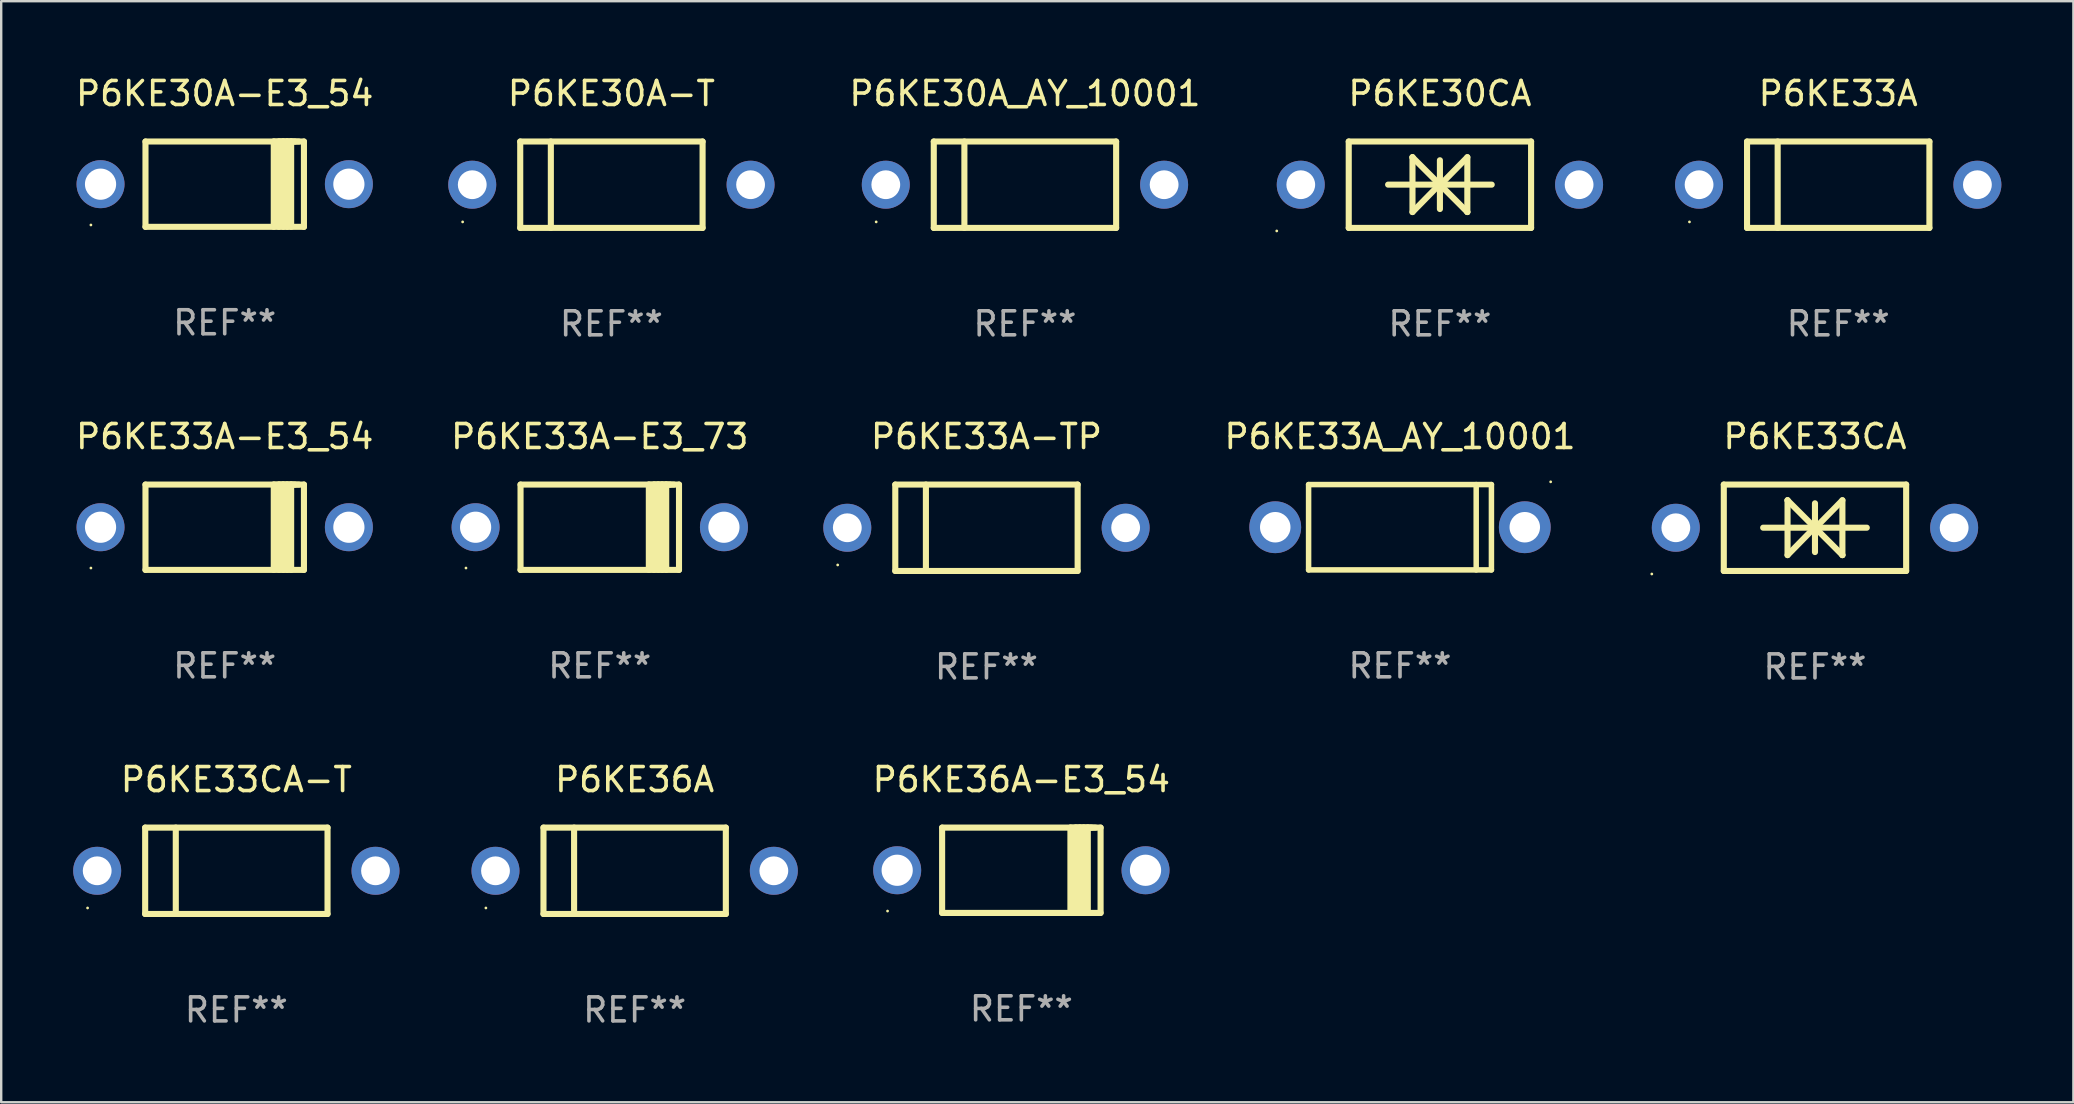
<source format=kicad_pcb>
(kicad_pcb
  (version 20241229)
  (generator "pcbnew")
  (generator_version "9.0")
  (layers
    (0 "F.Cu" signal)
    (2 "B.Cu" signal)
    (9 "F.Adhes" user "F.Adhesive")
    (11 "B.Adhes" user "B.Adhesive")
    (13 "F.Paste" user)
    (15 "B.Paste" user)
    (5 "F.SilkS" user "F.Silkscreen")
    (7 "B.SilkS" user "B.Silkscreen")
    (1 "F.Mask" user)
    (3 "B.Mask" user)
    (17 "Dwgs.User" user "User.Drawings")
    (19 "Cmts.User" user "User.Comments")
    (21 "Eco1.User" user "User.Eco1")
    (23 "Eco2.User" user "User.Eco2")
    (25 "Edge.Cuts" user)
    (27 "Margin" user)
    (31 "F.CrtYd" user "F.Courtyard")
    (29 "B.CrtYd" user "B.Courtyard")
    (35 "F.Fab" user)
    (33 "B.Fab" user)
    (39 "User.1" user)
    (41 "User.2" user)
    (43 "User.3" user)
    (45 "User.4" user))
  (footprint "P6KE30A-E3_54"
    (layer "F.Cu")
    (at 6.315 4.626)
    (property "Reference" "P6KE30A-E3_54" (at 0 -3.778 0) (layer "F.SilkS") (effects (font (size 1 1) (thickness 0.15))))
    (attr through_hole)
    (fp_line (start -3.302 -1.778) (end -3.302 1.778) (stroke (width 0.254) (type solid)) (layer "F.SilkS"))
    (fp_line (start -3.302 1.778) (end 3.302 1.778) (stroke (width 0.254) (type solid)) (layer "F.SilkS"))
    (fp_line (start 2.045 -1.778) (end 2.045 1.778) (stroke (width 0.254) (type solid)) (layer "F.SilkS"))
    (fp_line (start 2.261 -1.778) (end 2.261 1.778) (stroke (width 0.254) (type solid)) (layer "F.SilkS"))
    (fp_line (start 2.421 -1.778) (end 2.045 -1.778) (stroke (width 0.254) (type solid)) (layer "F.SilkS"))
    (fp_line (start 2.439 -1.778) (end 2.439 1.778) (stroke (width 0.254) (type solid)) (layer "F.SilkS"))
    (fp_line (start 2.579 -1.778) (end 2.261 -1.778) (stroke (width 0.254) (type solid)) (layer "F.SilkS"))
    (fp_line (start 2.604 -1.778) (end 2.604 1.778) (stroke (width 0.254) (type solid)) (layer "F.SilkS"))
    (fp_line (start 2.757 -1.778) (end 2.439 -1.778) (stroke (width 0.254) (type solid)) (layer "F.SilkS"))
    (fp_line (start 2.769 -1.778) (end 2.769 1.778) (stroke (width 0.254) (type solid)) (layer "F.SilkS"))
    (fp_line (start 2.922 -1.778) (end 2.604 -1.778) (stroke (width 0.254) (type solid)) (layer "F.SilkS"))
    (fp_line (start 3.087 -1.778) (end 2.769 -1.778) (stroke (width 0.254) (type solid)) (layer "F.SilkS"))
    (fp_line (start 3.302 -1.778) (end -3.302 -1.778) (stroke (width 0.254) (type solid)) (layer "F.SilkS"))
    (fp_line (start 3.302 1.778) (end 3.302 -1.778) (stroke (width 0.254) (type solid)) (layer "F.SilkS"))
    (fp_circle (center -5.576 1.7) (end -5.546 1.7) (stroke (width 0.06) (type solid)) (fill no) (layer "F.SilkS"))
    (fp_text user "REF**" (at 0 5.778 0) (layer "F.Fab") (effects (font (size 1 1) (thickness 0.15))))
    (pad "1" thru_hole circle (at -5.175 0) (size 2 2) (drill 1.3) (layers "*.Cu" "*.Mask"))
    (pad "2" thru_hole circle (at 5.175 0) (size 2 2) (drill 1.3) (layers "*.Cu" "*.Mask")))
  (footprint "P6KE33A_AY_10001"
    (layer "F.Cu")
    (at 55.297 18.923)
    (property "Reference" "P6KE33A_AY_10001" (at 0 -3.778 0) (layer "F.SilkS") (effects (font (size 1 1) (thickness 0.15))))
    (attr through_hole)
    (fp_line (start -3.81 -1.778) (end 3.81 -1.778) (stroke (width 0.229) (type solid)) (layer "F.SilkS"))
    (fp_line (start -3.81 1.778) (end -3.81 -1.778) (stroke (width 0.229) (type solid)) (layer "F.SilkS"))
    (fp_line (start 3.175 -1.778) (end 3.175 1.778) (stroke (width 0.229) (type solid)) (layer "F.SilkS"))
    (fp_line (start 3.81 -1.778) (end 3.81 1.778) (stroke (width 0.229) (type solid)) (layer "F.SilkS"))
    (fp_line (start 3.81 1.778) (end -3.81 1.778) (stroke (width 0.229) (type solid)) (layer "F.SilkS"))
    (fp_circle (center 6.279 -1.892) (end 6.309 -1.892) (stroke (width 0.06) (type solid)) (fill no) (layer "F.SilkS"))
    (fp_text user "REF**" (at 0 5.778 0) (layer "F.Fab") (effects (font (size 1 1) (thickness 0.15))))
    (pad "1" thru_hole circle (at 5.2 0) (size 2.159 2.159) (drill 1.27) (layers "*.Cu" "*.Mask"))
    (pad "2" thru_hole circle (at -5.2 0) (size 2.159 2.159) (drill 1.27) (layers "*.Cu" "*.Mask")))
  (footprint "P6KE33CA"
    (layer "F.Cu")
    (at 72.591 18.945)
    (property "Reference" "P6KE33CA" (at 0 -3.8 0) (layer "F.SilkS") (effects (font (size 1 1) (thickness 0.15))))
    (attr through_hole)
    (fp_line (start -3.8 -1.8) (end -3.8 1.8) (stroke (width 0.254) (type solid)) (layer "F.SilkS"))
    (fp_line (start -3.8 -1.8) (end 3.8 -1.8) (stroke (width 0.254) (type solid)) (layer "F.SilkS"))
    (fp_line (start -3.8 1.8) (end 3.8 1.8) (stroke (width 0.254) (type solid)) (layer "F.SilkS"))
    (fp_line (start -2.159 -0.003) (end 2.159 -0.003) (stroke (width 0.254) (type solid)) (layer "F.SilkS"))
    (fp_line (start -1.143 -1.146) (end -1.143 1.14) (stroke (width 0.254) (type solid)) (layer "F.SilkS"))
    (fp_line (start -1.143 -1.143) (end -1.143 -1.146) (stroke (width 0.254) (type solid)) (layer "F.SilkS"))
    (fp_line (start 0 -1.019) (end 0 1.013) (stroke (width 0.254) (type solid)) (layer "F.SilkS"))
    (fp_line (start 0 -0.026) (end -1.143 1.14) (stroke (width 0.254) (type solid)) (layer "F.SilkS"))
    (fp_line (start 0 -0.006) (end 1.143 1.137) (stroke (width 0.254) (type solid)) (layer "F.SilkS"))
    (fp_line (start 0 0) (end -1.143 -1.143) (stroke (width 0.254) (type solid)) (layer "F.SilkS"))
    (fp_line (start 0 0.02) (end 1.143 -1.146) (stroke (width 0.254) (type solid)) (layer "F.SilkS"))
    (fp_line (start 1.143 1.137) (end 1.143 1.14) (stroke (width 0.254) (type solid)) (layer "F.SilkS"))
    (fp_line (start 1.143 1.14) (end 1.143 -1.146) (stroke (width 0.254) (type solid)) (layer "F.SilkS"))
    (fp_line (start 3.8 -1.8) (end 3.8 1.8) (stroke (width 0.254) (type solid)) (layer "F.SilkS"))
    (fp_circle (center -6.8 1.927) (end -6.77 1.927) (stroke (width 0.06) (type solid)) (fill no) (layer "F.SilkS"))
    (fp_text user "REF**" (at 0 5.8 0) (layer "F.Fab") (effects (font (size 1 1) (thickness 0.15))))
    (pad "1" thru_hole circle (at -5.8 0) (size 2 2) (drill 1.2) (layers "*.Cu" "*.Mask"))
    (pad "2" thru_hole circle (at 5.8 0) (size 2 2) (drill 1.2) (layers "*.Cu" "*.Mask")))
  (footprint "P6KE33CA-T"
    (layer "F.Cu")
    (at 6.8 33.241)
    (property "Reference" "P6KE33CA-T" (at 0 -3.8 0) (layer "F.SilkS") (effects (font (size 1 1) (thickness 0.15))))
    (attr through_hole)
    (fp_line (start -3.8 -1.8) (end -3.8 1.8) (stroke (width 0.254) (type solid)) (layer "F.SilkS"))
    (fp_line (start -3.8 -1.8) (end 3.8 -1.8) (stroke (width 0.254) (type solid)) (layer "F.SilkS"))
    (fp_line (start -3.8 1.8) (end 3.8 1.8) (stroke (width 0.254) (type solid)) (layer "F.SilkS"))
    (fp_line (start -2.524 -1.8) (end -2.524 1.8) (stroke (width 0.254) (type solid)) (layer "F.SilkS"))
    (fp_line (start 3.8 -1.8) (end 3.8 1.8) (stroke (width 0.254) (type solid)) (layer "F.SilkS"))
    (fp_circle (center -6.2 1.55) (end -6.17 1.55) (stroke (width 0.06) (type solid)) (fill no) (layer "F.SilkS"))
    (fp_text user "REF**" (at 0 5.8 0) (layer "F.Fab") (effects (font (size 1 1) (thickness 0.15))))
    (pad "1" thru_hole circle (at -5.8 0) (size 2 2) (drill 1.2) (layers "*.Cu" "*.Mask"))
    (pad "2" thru_hole circle (at 5.8 0) (size 2 2) (drill 1.2) (layers "*.Cu" "*.Mask")))
  (footprint "P6KE30CA"
    (layer "F.Cu")
    (at 56.96 4.648)
    (property "Reference" "P6KE30CA" (at 0 -3.8 0) (layer "F.SilkS") (effects (font (size 1 1) (thickness 0.15))))
    (attr through_hole)
    (fp_line (start -3.8 -1.8) (end -3.8 1.8) (stroke (width 0.254) (type solid)) (layer "F.SilkS"))
    (fp_line (start -3.8 -1.8) (end 3.8 -1.8) (stroke (width 0.254) (type solid)) (layer "F.SilkS"))
    (fp_line (start -3.8 1.8) (end 3.8 1.8) (stroke (width 0.254) (type solid)) (layer "F.SilkS"))
    (fp_line (start -2.159 -0.003) (end 2.159 -0.003) (stroke (width 0.254) (type solid)) (layer "F.SilkS"))
    (fp_line (start -1.143 -1.146) (end -1.143 1.14) (stroke (width 0.254) (type solid)) (layer "F.SilkS"))
    (fp_line (start -1.143 -1.143) (end -1.143 -1.146) (stroke (width 0.254) (type solid)) (layer "F.SilkS"))
    (fp_line (start 0 -1.019) (end 0 1.013) (stroke (width 0.254) (type solid)) (layer "F.SilkS"))
    (fp_line (start 0 -0.026) (end -1.143 1.14) (stroke (width 0.254) (type solid)) (layer "F.SilkS"))
    (fp_line (start 0 -0.006) (end 1.143 1.137) (stroke (width 0.254) (type solid)) (layer "F.SilkS"))
    (fp_line (start 0 0) (end -1.143 -1.143) (stroke (width 0.254) (type solid)) (layer "F.SilkS"))
    (fp_line (start 0 0.02) (end 1.143 -1.146) (stroke (width 0.254) (type solid)) (layer "F.SilkS"))
    (fp_line (start 1.143 1.137) (end 1.143 1.14) (stroke (width 0.254) (type solid)) (layer "F.SilkS"))
    (fp_line (start 1.143 1.14) (end 1.143 -1.146) (stroke (width 0.254) (type solid)) (layer "F.SilkS"))
    (fp_line (start 3.8 -1.8) (end 3.8 1.8) (stroke (width 0.254) (type solid)) (layer "F.SilkS"))
    (fp_circle (center -6.8 1.927) (end -6.77 1.927) (stroke (width 0.06) (type solid)) (fill no) (layer "F.SilkS"))
    (fp_text user "REF**" (at 0 5.8 0) (layer "F.Fab") (effects (font (size 1 1) (thickness 0.15))))
    (pad "1" thru_hole circle (at -5.8 0) (size 2 2) (drill 1.2) (layers "*.Cu" "*.Mask"))
    (pad "2" thru_hole circle (at 5.8 0) (size 2 2) (drill 1.2) (layers "*.Cu" "*.Mask")))
  (footprint "P6KE33A-E3_73"
    (layer "F.Cu")
    (at 21.946 18.923)
    (property "Reference" "P6KE33A-E3_73" (at 0 -3.778 0) (layer "F.SilkS") (effects (font (size 1 1) (thickness 0.15))))
    (attr through_hole)
    (fp_line (start -3.302 -1.778) (end -3.302 1.778) (stroke (width 0.254) (type solid)) (layer "F.SilkS"))
    (fp_line (start -3.302 1.778) (end 3.302 1.778) (stroke (width 0.254) (type solid)) (layer "F.SilkS"))
    (fp_line (start 2.045 -1.778) (end 2.045 1.778) (stroke (width 0.254) (type solid)) (layer "F.SilkS"))
    (fp_line (start 2.261 -1.778) (end 2.261 1.778) (stroke (width 0.254) (type solid)) (layer "F.SilkS"))
    (fp_line (start 2.421 -1.778) (end 2.045 -1.778) (stroke (width 0.254) (type solid)) (layer "F.SilkS"))
    (fp_line (start 2.439 -1.778) (end 2.439 1.778) (stroke (width 0.254) (type solid)) (layer "F.SilkS"))
    (fp_line (start 2.579 -1.778) (end 2.261 -1.778) (stroke (width 0.254) (type solid)) (layer "F.SilkS"))
    (fp_line (start 2.604 -1.778) (end 2.604 1.778) (stroke (width 0.254) (type solid)) (layer "F.SilkS"))
    (fp_line (start 2.757 -1.778) (end 2.439 -1.778) (stroke (width 0.254) (type solid)) (layer "F.SilkS"))
    (fp_line (start 2.769 -1.778) (end 2.769 1.778) (stroke (width 0.254) (type solid)) (layer "F.SilkS"))
    (fp_line (start 2.922 -1.778) (end 2.604 -1.778) (stroke (width 0.254) (type solid)) (layer "F.SilkS"))
    (fp_line (start 3.087 -1.778) (end 2.769 -1.778) (stroke (width 0.254) (type solid)) (layer "F.SilkS"))
    (fp_line (start 3.302 -1.778) (end -3.302 -1.778) (stroke (width 0.254) (type solid)) (layer "F.SilkS"))
    (fp_line (start 3.302 1.778) (end 3.302 -1.778) (stroke (width 0.254) (type solid)) (layer "F.SilkS"))
    (fp_circle (center -5.576 1.7) (end -5.546 1.7) (stroke (width 0.06) (type solid)) (fill no) (layer "F.SilkS"))
    (fp_text user "REF**" (at 0 5.778 0) (layer "F.Fab") (effects (font (size 1 1) (thickness 0.15))))
    (pad "1" thru_hole circle (at -5.175 0) (size 2 2) (drill 1.3) (layers "*.Cu" "*.Mask"))
    (pad "2" thru_hole circle (at 5.175 0) (size 2 2) (drill 1.3) (layers "*.Cu" "*.Mask")))
  (footprint "P6KE36A-E3_54"
    (layer "F.Cu")
    (at 39.516 33.219)
    (property "Reference" "P6KE36A-E3_54" (at 0 -3.778 0) (layer "F.SilkS") (effects (font (size 1 1) (thickness 0.15))))
    (attr through_hole)
    (fp_line (start -3.302 -1.778) (end -3.302 1.778) (stroke (width 0.254) (type solid)) (layer "F.SilkS"))
    (fp_line (start -3.302 1.778) (end 3.302 1.778) (stroke (width 0.254) (type solid)) (layer "F.SilkS"))
    (fp_line (start 2.045 -1.778) (end 2.045 1.778) (stroke (width 0.254) (type solid)) (layer "F.SilkS"))
    (fp_line (start 2.261 -1.778) (end 2.261 1.778) (stroke (width 0.254) (type solid)) (layer "F.SilkS"))
    (fp_line (start 2.421 -1.778) (end 2.045 -1.778) (stroke (width 0.254) (type solid)) (layer "F.SilkS"))
    (fp_line (start 2.439 -1.778) (end 2.439 1.778) (stroke (width 0.254) (type solid)) (layer "F.SilkS"))
    (fp_line (start 2.579 -1.778) (end 2.261 -1.778) (stroke (width 0.254) (type solid)) (layer "F.SilkS"))
    (fp_line (start 2.604 -1.778) (end 2.604 1.778) (stroke (width 0.254) (type solid)) (layer "F.SilkS"))
    (fp_line (start 2.757 -1.778) (end 2.439 -1.778) (stroke (width 0.254) (type solid)) (layer "F.SilkS"))
    (fp_line (start 2.769 -1.778) (end 2.769 1.778) (stroke (width 0.254) (type solid)) (layer "F.SilkS"))
    (fp_line (start 2.922 -1.778) (end 2.604 -1.778) (stroke (width 0.254) (type solid)) (layer "F.SilkS"))
    (fp_line (start 3.087 -1.778) (end 2.769 -1.778) (stroke (width 0.254) (type solid)) (layer "F.SilkS"))
    (fp_line (start 3.302 -1.778) (end -3.302 -1.778) (stroke (width 0.254) (type solid)) (layer "F.SilkS"))
    (fp_line (start 3.302 1.778) (end 3.302 -1.778) (stroke (width 0.254) (type solid)) (layer "F.SilkS"))
    (fp_circle (center -5.576 1.7) (end -5.546 1.7) (stroke (width 0.06) (type solid)) (fill no) (layer "F.SilkS"))
    (fp_text user "REF**" (at 0 5.778 0) (layer "F.Fab") (effects (font (size 1 1) (thickness 0.15))))
    (pad "1" thru_hole circle (at -5.175 0) (size 2 2) (drill 1.3) (layers "*.Cu" "*.Mask"))
    (pad "2" thru_hole circle (at 5.175 0) (size 2 2) (drill 1.3) (layers "*.Cu" "*.Mask")))
  (footprint "P6KE30A_AY_10001"
    (layer "F.Cu")
    (at 39.666 4.648)
    (property "Reference" "P6KE30A_AY_10001" (at 0 -3.8 0) (layer "F.SilkS") (effects (font (size 1 1) (thickness 0.15))))
    (attr through_hole)
    (fp_line (start -3.8 -1.8) (end -3.8 1.8) (stroke (width 0.254) (type solid)) (layer "F.SilkS"))
    (fp_line (start -3.8 -1.8) (end 3.8 -1.8) (stroke (width 0.254) (type solid)) (layer "F.SilkS"))
    (fp_line (start -3.8 1.8) (end 3.8 1.8) (stroke (width 0.254) (type solid)) (layer "F.SilkS"))
    (fp_line (start -2.524 -1.8) (end -2.524 1.8) (stroke (width 0.254) (type solid)) (layer "F.SilkS"))
    (fp_line (start 3.8 -1.8) (end 3.8 1.8) (stroke (width 0.254) (type solid)) (layer "F.SilkS"))
    (fp_circle (center -6.2 1.55) (end -6.17 1.55) (stroke (width 0.06) (type solid)) (fill no) (layer "F.SilkS"))
    (fp_text user "REF**" (at 0 5.8 0) (layer "F.Fab") (effects (font (size 1 1) (thickness 0.15))))
    (pad "1" thru_hole circle (at -5.8 0) (size 2 2) (drill 1.2) (layers "*.Cu" "*.Mask"))
    (pad "2" thru_hole circle (at 5.8 0) (size 2 2) (drill 1.2) (layers "*.Cu" "*.Mask")))
  (footprint "P6KE36A"
    (layer "F.Cu")
    (at 23.4 33.241)
    (property "Reference" "P6KE36A" (at 0 -3.8 0) (layer "F.SilkS") (effects (font (size 1 1) (thickness 0.15))))
    (attr through_hole)
    (fp_line (start -3.8 -1.8) (end -3.8 1.8) (stroke (width 0.254) (type solid)) (layer "F.SilkS"))
    (fp_line (start -3.8 -1.8) (end 3.8 -1.8) (stroke (width 0.254) (type solid)) (layer "F.SilkS"))
    (fp_line (start -3.8 1.8) (end 3.8 1.8) (stroke (width 0.254) (type solid)) (layer "F.SilkS"))
    (fp_line (start -2.524 -1.8) (end -2.524 1.8) (stroke (width 0.254) (type solid)) (layer "F.SilkS"))
    (fp_line (start 3.8 -1.8) (end 3.8 1.8) (stroke (width 0.254) (type solid)) (layer "F.SilkS"))
    (fp_circle (center -6.2 1.55) (end -6.17 1.55) (stroke (width 0.06) (type solid)) (fill no) (layer "F.SilkS"))
    (fp_text user "REF**" (at 0 5.8 0) (layer "F.Fab") (effects (font (size 1 1) (thickness 0.15))))
    (pad "1" thru_hole circle (at -5.8 0) (size 2 2) (drill 1.2) (layers "*.Cu" "*.Mask"))
    (pad "2" thru_hole circle (at 5.8 0) (size 2 2) (drill 1.2) (layers "*.Cu" "*.Mask")))
  (footprint "P6KE33A"
    (layer "F.Cu")
    (at 73.56 4.648)
    (property "Reference" "P6KE33A" (at 0 -3.8 0) (layer "F.SilkS") (effects (font (size 1 1) (thickness 0.15))))
    (attr through_hole)
    (fp_line (start -3.8 -1.8) (end -3.8 1.8) (stroke (width 0.254) (type solid)) (layer "F.SilkS"))
    (fp_line (start -3.8 -1.8) (end 3.8 -1.8) (stroke (width 0.254) (type solid)) (layer "F.SilkS"))
    (fp_line (start -3.8 1.8) (end 3.8 1.8) (stroke (width 0.254) (type solid)) (layer "F.SilkS"))
    (fp_line (start -2.524 -1.8) (end -2.524 1.8) (stroke (width 0.254) (type solid)) (layer "F.SilkS"))
    (fp_line (start 3.8 -1.8) (end 3.8 1.8) (stroke (width 0.254) (type solid)) (layer "F.SilkS"))
    (fp_circle (center -6.2 1.55) (end -6.17 1.55) (stroke (width 0.06) (type solid)) (fill no) (layer "F.SilkS"))
    (fp_text user "REF**" (at 0 5.8 0) (layer "F.Fab") (effects (font (size 1 1) (thickness 0.15))))
    (pad "1" thru_hole circle (at -5.8 0) (size 2 2) (drill 1.2) (layers "*.Cu" "*.Mask"))
    (pad "2" thru_hole circle (at 5.8 0) (size 2 2) (drill 1.2) (layers "*.Cu" "*.Mask")))
  (footprint "P6KE33A-TP"
    (layer "F.Cu")
    (at 38.062 18.945)
    (property "Reference" "P6KE33A-TP" (at 0 -3.8 0) (layer "F.SilkS") (effects (font (size 1 1) (thickness 0.15))))
    (attr through_hole)
    (fp_line (start -3.8 -1.8) (end -3.8 1.8) (stroke (width 0.254) (type solid)) (layer "F.SilkS"))
    (fp_line (start -3.8 -1.8) (end 3.8 -1.8) (stroke (width 0.254) (type solid)) (layer "F.SilkS"))
    (fp_line (start -3.8 1.8) (end 3.8 1.8) (stroke (width 0.254) (type solid)) (layer "F.SilkS"))
    (fp_line (start -2.524 -1.8) (end -2.524 1.8) (stroke (width 0.254) (type solid)) (layer "F.SilkS"))
    (fp_line (start 3.8 -1.8) (end 3.8 1.8) (stroke (width 0.254) (type solid)) (layer "F.SilkS"))
    (fp_circle (center -6.2 1.55) (end -6.17 1.55) (stroke (width 0.06) (type solid)) (fill no) (layer "F.SilkS"))
    (fp_text user "REF**" (at 0 5.8 0) (layer "F.Fab") (effects (font (size 1 1) (thickness 0.15))))
    (pad "1" thru_hole circle (at -5.8 0) (size 2 2) (drill 1.2) (layers "*.Cu" "*.Mask"))
    (pad "2" thru_hole circle (at 5.8 0) (size 2 2) (drill 1.2) (layers "*.Cu" "*.Mask")))
  (footprint "P6KE33A-E3_54"
    (layer "F.Cu")
    (at 6.315 18.923)
    (property "Reference" "P6KE33A-E3_54" (at 0 -3.778 0) (layer "F.SilkS") (effects (font (size 1 1) (thickness 0.15))))
    (attr through_hole)
    (fp_line (start -3.302 -1.778) (end -3.302 1.778) (stroke (width 0.254) (type solid)) (layer "F.SilkS"))
    (fp_line (start -3.302 1.778) (end 3.302 1.778) (stroke (width 0.254) (type solid)) (layer "F.SilkS"))
    (fp_line (start 2.045 -1.778) (end 2.045 1.778) (stroke (width 0.254) (type solid)) (layer "F.SilkS"))
    (fp_line (start 2.261 -1.778) (end 2.261 1.778) (stroke (width 0.254) (type solid)) (layer "F.SilkS"))
    (fp_line (start 2.421 -1.778) (end 2.045 -1.778) (stroke (width 0.254) (type solid)) (layer "F.SilkS"))
    (fp_line (start 2.439 -1.778) (end 2.439 1.778) (stroke (width 0.254) (type solid)) (layer "F.SilkS"))
    (fp_line (start 2.579 -1.778) (end 2.261 -1.778) (stroke (width 0.254) (type solid)) (layer "F.SilkS"))
    (fp_line (start 2.604 -1.778) (end 2.604 1.778) (stroke (width 0.254) (type solid)) (layer "F.SilkS"))
    (fp_line (start 2.757 -1.778) (end 2.439 -1.778) (stroke (width 0.254) (type solid)) (layer "F.SilkS"))
    (fp_line (start 2.769 -1.778) (end 2.769 1.778) (stroke (width 0.254) (type solid)) (layer "F.SilkS"))
    (fp_line (start 2.922 -1.778) (end 2.604 -1.778) (stroke (width 0.254) (type solid)) (layer "F.SilkS"))
    (fp_line (start 3.087 -1.778) (end 2.769 -1.778) (stroke (width 0.254) (type solid)) (layer "F.SilkS"))
    (fp_line (start 3.302 -1.778) (end -3.302 -1.778) (stroke (width 0.254) (type solid)) (layer "F.SilkS"))
    (fp_line (start 3.302 1.778) (end 3.302 -1.778) (stroke (width 0.254) (type solid)) (layer "F.SilkS"))
    (fp_circle (center -5.576 1.7) (end -5.546 1.7) (stroke (width 0.06) (type solid)) (fill no) (layer "F.SilkS"))
    (fp_text user "REF**" (at 0 5.778 0) (layer "F.Fab") (effects (font (size 1 1) (thickness 0.15))))
    (pad "1" thru_hole circle (at -5.175 0) (size 2 2) (drill 1.3) (layers "*.Cu" "*.Mask"))
    (pad "2" thru_hole circle (at 5.175 0) (size 2 2) (drill 1.3) (layers "*.Cu" "*.Mask")))
  (footprint "P6KE30A-T"
    (layer "F.Cu")
    (at 22.431 4.648)
    (property "Reference" "P6KE30A-T" (at 0 -3.8 0) (layer "F.SilkS") (effects (font (size 1 1) (thickness 0.15))))
    (attr through_hole)
    (fp_line (start -3.8 -1.8) (end -3.8 1.8) (stroke (width 0.254) (type solid)) (layer "F.SilkS"))
    (fp_line (start -3.8 -1.8) (end 3.8 -1.8) (stroke (width 0.254) (type solid)) (layer "F.SilkS"))
    (fp_line (start -3.8 1.8) (end 3.8 1.8) (stroke (width 0.254) (type solid)) (layer "F.SilkS"))
    (fp_line (start -2.524 -1.8) (end -2.524 1.8) (stroke (width 0.254) (type solid)) (layer "F.SilkS"))
    (fp_line (start 3.8 -1.8) (end 3.8 1.8) (stroke (width 0.254) (type solid)) (layer "F.SilkS"))
    (fp_circle (center -6.2 1.55) (end -6.17 1.55) (stroke (width 0.06) (type solid)) (fill no) (layer "F.SilkS"))
    (fp_text user "REF**" (at 0 5.8 0) (layer "F.Fab") (effects (font (size 1 1) (thickness 0.15))))
    (pad "1" thru_hole circle (at -5.8 0) (size 2 2) (drill 1.2) (layers "*.Cu" "*.Mask"))
    (pad "2" thru_hole circle (at 5.8 0) (size 2 2) (drill 1.2) (layers "*.Cu" "*.Mask")))
  (gr_rect
    (start -3 -3)
    (end 83.361 42.889)
    (stroke (width 0.1) (type default))
    (fill no)
    (layer "Edge.Cuts")))
</source>
